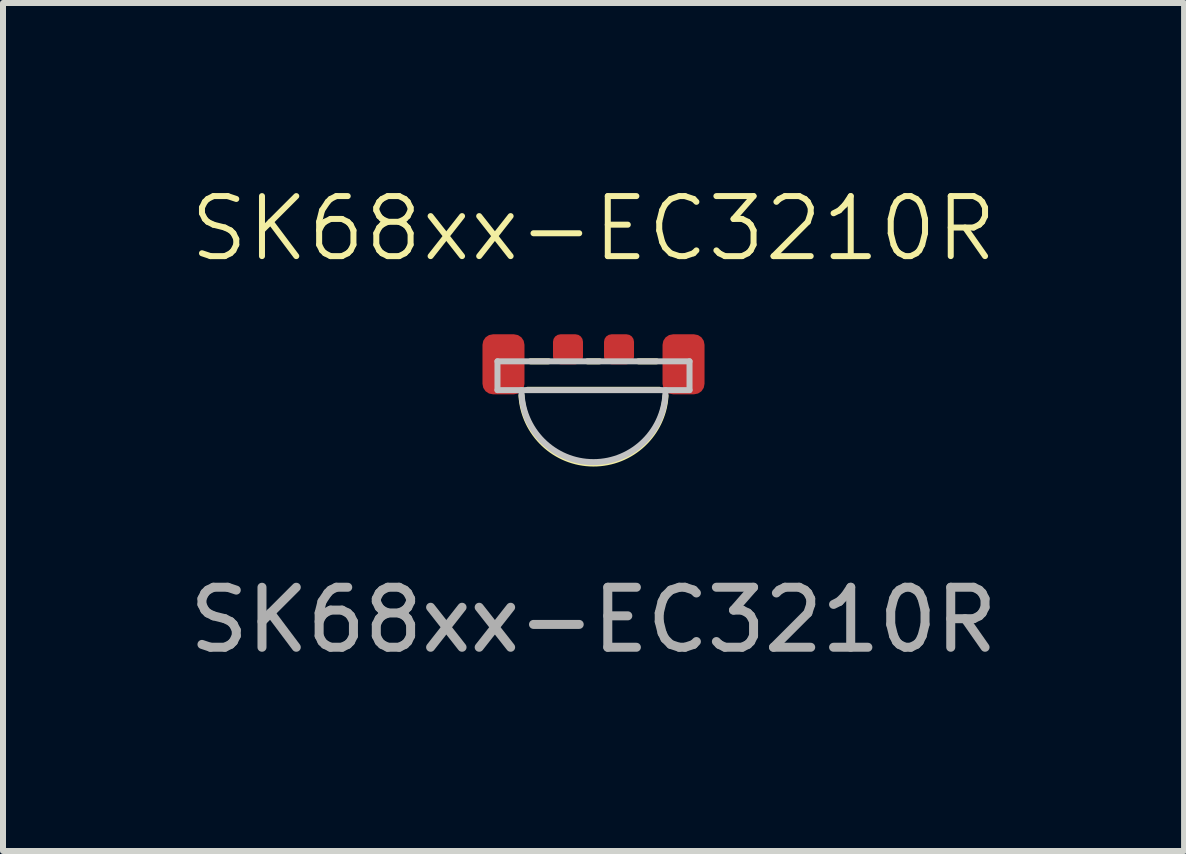
<source format=kicad_pcb>
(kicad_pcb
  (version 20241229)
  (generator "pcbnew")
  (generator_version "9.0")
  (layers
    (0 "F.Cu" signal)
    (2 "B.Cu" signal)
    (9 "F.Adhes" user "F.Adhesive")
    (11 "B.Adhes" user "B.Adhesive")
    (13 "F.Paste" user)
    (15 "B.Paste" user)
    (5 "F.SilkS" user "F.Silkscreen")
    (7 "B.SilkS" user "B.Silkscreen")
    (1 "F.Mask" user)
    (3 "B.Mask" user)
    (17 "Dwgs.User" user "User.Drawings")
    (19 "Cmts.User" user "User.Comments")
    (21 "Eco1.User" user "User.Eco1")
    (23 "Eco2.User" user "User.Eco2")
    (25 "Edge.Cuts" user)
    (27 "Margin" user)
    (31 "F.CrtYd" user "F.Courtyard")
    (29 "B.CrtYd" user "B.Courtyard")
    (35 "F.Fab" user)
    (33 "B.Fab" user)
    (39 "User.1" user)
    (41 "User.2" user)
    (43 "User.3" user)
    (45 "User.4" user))
  (footprint "SK68xx-EC3210R"
    (layer "F.Cu")
    (at 6.839 2.76)
    (property "Reference" "SK68xx-EC3210R" (at 0 -2 0) (unlocked yes) (layer "F.SilkS") (effects (font (size 1 1) (thickness 0.1))))
    (attr smd)
    (fp_line (start -1.1 0.685) (end 1.1 0.685) (stroke (width 0.1) (type default)) (layer "F.SilkS"))
    (fp_line (start -1.05 0.21) (end -0.75 0.21) (stroke (width 0.1) (type default)) (layer "F.SilkS"))
    (fp_line (start -0.1 0.21) (end 0.1 0.21) (stroke (width 0.1) (type default)) (layer "F.SilkS"))
    (fp_line (start 0.75 0.21) (end 1.05 0.21) (stroke (width 0.1) (type default)) (layer "F.SilkS"))
    (fp_arc (start 1.2 0.785) (mid -0.002202 1.912339) (end -1.200266 0.780604) (stroke (width 0.1) (type default)) (layer "F.SilkS"))
    (fp_line (start -1.6 0.21) (end 1.6 0.21) (stroke (width 0.1) (type default)) (layer "Dwgs.User"))
    (fp_line (start -1.6 0.69) (end -1.6 0.21) (stroke (width 0.1) (type default)) (layer "Dwgs.User"))
    (fp_line (start 1.6 0.21) (end 1.6 0.69) (stroke (width 0.1) (type default)) (layer "Dwgs.User"))
    (fp_line (start 1.6 0.69) (end -1.6 0.69) (stroke (width 0.1) (type default)) (layer "Dwgs.User"))
    (fp_arc (start 1.2 0.69) (mid 0 1.89) (end -1.2 0.69) (stroke (width 0.1) (type default)) (layer "Dwgs.User"))
    (fp_text user "${REFERENCE}" (at 0 4.52 0) (unlocked yes) (layer "F.Fab") (effects (font (size 1 1) (thickness 0.15))))
    (pad "1" smd roundrect (at -0.425 0.01) (size 0.5 0.5) (layers "F.Cu" "F.Mask" "F.Paste") (roundrect_rratio 0.25))
    (pad "2" smd roundrect (at -1.5 0.26) (size 0.7 1) (layers "F.Cu" "F.Mask" "F.Paste") (roundrect_rratio 0.25))
    (pad "3" smd roundrect (at 1.5 0.26) (size 0.7 1) (layers "F.Cu" "F.Mask" "F.Paste") (roundrect_rratio 0.25))
    (pad "4" smd roundrect (at 0.425 0.01) (size 0.5 0.5) (layers "F.Cu" "F.Mask" "F.Paste") (roundrect_rratio 0.25)))
  (gr_rect
    (start -3 -3)
    (end 16.679 11.129)
    (stroke (width 0.1) (type default))
    (fill no)
    (layer "Edge.Cuts")))
</source>
